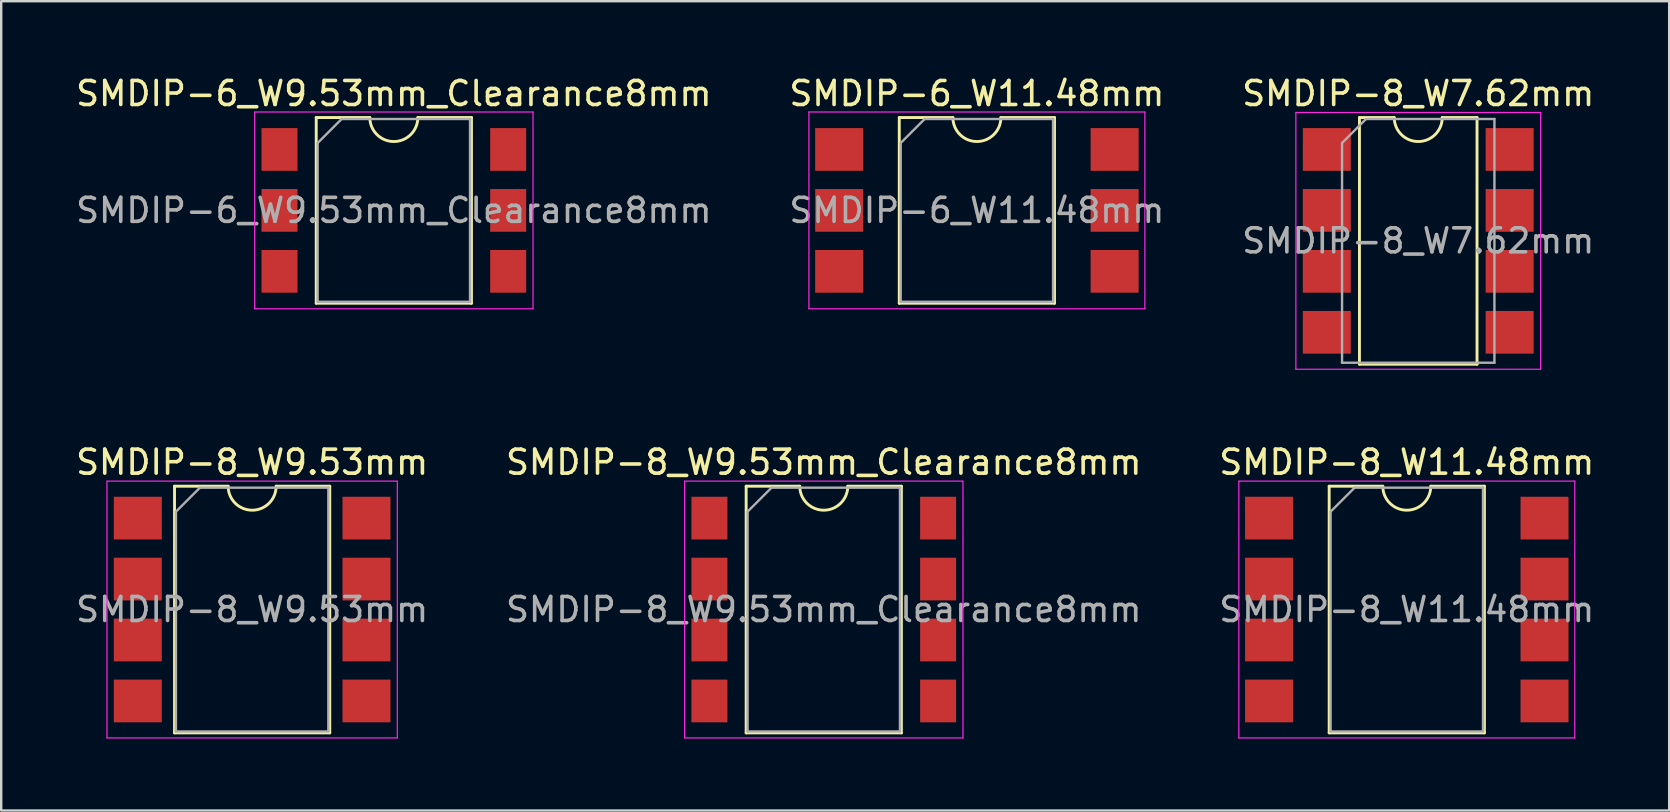
<source format=kicad_pcb>
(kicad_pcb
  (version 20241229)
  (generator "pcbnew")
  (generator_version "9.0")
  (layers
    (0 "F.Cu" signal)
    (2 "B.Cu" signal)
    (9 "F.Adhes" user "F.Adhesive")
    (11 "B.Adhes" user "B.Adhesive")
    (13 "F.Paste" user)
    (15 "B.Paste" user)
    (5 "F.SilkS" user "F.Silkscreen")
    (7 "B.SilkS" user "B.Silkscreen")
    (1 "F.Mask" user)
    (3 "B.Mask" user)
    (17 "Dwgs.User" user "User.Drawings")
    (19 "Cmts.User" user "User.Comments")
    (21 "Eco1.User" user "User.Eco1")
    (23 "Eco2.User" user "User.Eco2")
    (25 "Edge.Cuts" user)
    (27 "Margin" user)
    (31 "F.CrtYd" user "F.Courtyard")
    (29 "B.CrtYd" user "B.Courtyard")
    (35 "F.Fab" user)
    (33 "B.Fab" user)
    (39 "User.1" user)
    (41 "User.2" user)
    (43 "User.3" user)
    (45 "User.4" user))
  (footprint "SMDIP-6_W9.53mm_Clearance8mm"
    (layer "F.Cu")
    (at 13.363 5.718)
    (property "Reference" "SMDIP-6_W9.53mm_Clearance8mm" (at 0 -4.87 0) (layer "F.SilkS") (effects (font (size 1 1) (thickness 0.15))))
    (attr smd)
    (fp_line (start -3.235 -3.87) (end -3.235 3.87) (stroke (width 0.12) (type solid)) (layer "F.SilkS"))
    (fp_line (start -3.235 3.87) (end 3.235 3.87) (stroke (width 0.12) (type solid)) (layer "F.SilkS"))
    (fp_line (start -1 -3.87) (end -3.235 -3.87) (stroke (width 0.12) (type solid)) (layer "F.SilkS"))
    (fp_line (start 3.235 -3.87) (end 1 -3.87) (stroke (width 0.12) (type solid)) (layer "F.SilkS"))
    (fp_line (start 3.235 3.87) (end 3.235 -3.87) (stroke (width 0.12) (type solid)) (layer "F.SilkS"))
    (fp_arc (start 1 -3.87) (mid 0 -2.87) (end -1 -3.87) (stroke (width 0.12) (type solid)) (layer "F.SilkS"))
    (fp_line (start -5.8 -4.1) (end -5.8 4.1) (stroke (width 0.05) (type solid)) (layer "F.CrtYd"))
    (fp_line (start -5.8 4.1) (end 5.8 4.1) (stroke (width 0.05) (type solid)) (layer "F.CrtYd"))
    (fp_line (start 5.8 -4.1) (end -5.8 -4.1) (stroke (width 0.05) (type solid)) (layer "F.CrtYd"))
    (fp_line (start 5.8 4.1) (end 5.8 -4.1) (stroke (width 0.05) (type solid)) (layer "F.CrtYd"))
    (fp_line (start -3.175 -2.81) (end -2.175 -3.81) (stroke (width 0.1) (type solid)) (layer "F.Fab"))
    (fp_line (start -3.175 3.81) (end -3.175 -2.81) (stroke (width 0.1) (type solid)) (layer "F.Fab"))
    (fp_line (start -2.175 -3.81) (end 3.175 -3.81) (stroke (width 0.1) (type solid)) (layer "F.Fab"))
    (fp_line (start 3.175 -3.81) (end 3.175 3.81) (stroke (width 0.1) (type solid)) (layer "F.Fab"))
    (fp_line (start 3.175 3.81) (end -3.175 3.81) (stroke (width 0.1) (type solid)) (layer "F.Fab"))
    (fp_text user "${REFERENCE}" (at 0 0 0) (layer "F.Fab") (effects (font (size 1 1) (thickness 0.15))))
    (pad "1" smd rect (at -4.765 -2.54) (size 1.5 1.78) (layers "F.Cu" "F.Mask" "F.Paste"))
    (pad "2" smd rect (at -4.765 0) (size 1.5 1.78) (layers "F.Cu" "F.Mask" "F.Paste"))
    (pad "3" smd rect (at -4.765 2.54) (size 1.5 1.78) (layers "F.Cu" "F.Mask" "F.Paste"))
    (pad "4" smd rect (at 4.765 2.54) (size 1.5 1.78) (layers "F.Cu" "F.Mask" "F.Paste"))
    (pad "5" smd rect (at 4.765 0) (size 1.5 1.78) (layers "F.Cu" "F.Mask" "F.Paste"))
    (pad "6" smd rect (at 4.765 -2.54) (size 1.5 1.78) (layers "F.Cu" "F.Mask" "F.Paste")))
  (footprint "SMDIP-8_W7.62mm"
    (layer "F.Cu")
    (at 56.054 6.988)
    (property "Reference" "SMDIP-8_W7.62mm" (at 0 -6.14 0) (layer "F.SilkS") (effects (font (size 1 1) (thickness 0.15))))
    (attr smd)
    (fp_line (start -2.45 -5.14) (end -2.45 5.14) (stroke (width 0.12) (type solid)) (layer "F.SilkS"))
    (fp_line (start -2.45 5.14) (end 2.45 5.14) (stroke (width 0.12) (type solid)) (layer "F.SilkS"))
    (fp_line (start -1 -5.14) (end -2.45 -5.14) (stroke (width 0.12) (type solid)) (layer "F.SilkS"))
    (fp_line (start 2.45 -5.14) (end 1 -5.14) (stroke (width 0.12) (type solid)) (layer "F.SilkS"))
    (fp_line (start 2.45 5.14) (end 2.45 -5.14) (stroke (width 0.12) (type solid)) (layer "F.SilkS"))
    (fp_arc (start 1 -5.14) (mid 0 -4.14) (end -1 -5.14) (stroke (width 0.12) (type solid)) (layer "F.SilkS"))
    (fp_line (start -5.1 -5.35) (end -5.1 5.35) (stroke (width 0.05) (type solid)) (layer "F.CrtYd"))
    (fp_line (start -5.1 5.35) (end 5.1 5.35) (stroke (width 0.05) (type solid)) (layer "F.CrtYd"))
    (fp_line (start 5.1 -5.35) (end -5.1 -5.35) (stroke (width 0.05) (type solid)) (layer "F.CrtYd"))
    (fp_line (start 5.1 5.35) (end 5.1 -5.35) (stroke (width 0.05) (type solid)) (layer "F.CrtYd"))
    (fp_line (start -3.175 -4.08) (end -2.175 -5.08) (stroke (width 0.1) (type solid)) (layer "F.Fab"))
    (fp_line (start -3.175 5.08) (end -3.175 -4.08) (stroke (width 0.1) (type solid)) (layer "F.Fab"))
    (fp_line (start -2.175 -5.08) (end 3.175 -5.08) (stroke (width 0.1) (type solid)) (layer "F.Fab"))
    (fp_line (start 3.175 -5.08) (end 3.175 5.08) (stroke (width 0.1) (type solid)) (layer "F.Fab"))
    (fp_line (start 3.175 5.08) (end -3.175 5.08) (stroke (width 0.1) (type solid)) (layer "F.Fab"))
    (fp_text user "${REFERENCE}" (at 0 0 0) (layer "F.Fab") (effects (font (size 1 1) (thickness 0.15))))
    (pad "1" smd rect (at -3.81 -3.81) (size 2 1.78) (layers "F.Cu" "F.Mask" "F.Paste"))
    (pad "2" smd rect (at -3.81 -1.27) (size 2 1.78) (layers "F.Cu" "F.Mask" "F.Paste"))
    (pad "3" smd rect (at -3.81 1.27) (size 2 1.78) (layers "F.Cu" "F.Mask" "F.Paste"))
    (pad "4" smd rect (at -3.81 3.81) (size 2 1.78) (layers "F.Cu" "F.Mask" "F.Paste"))
    (pad "5" smd rect (at 3.81 3.81) (size 2 1.78) (layers "F.Cu" "F.Mask" "F.Paste"))
    (pad "6" smd rect (at 3.81 1.27) (size 2 1.78) (layers "F.Cu" "F.Mask" "F.Paste"))
    (pad "7" smd rect (at 3.81 -1.27) (size 2 1.78) (layers "F.Cu" "F.Mask" "F.Paste"))
    (pad "8" smd rect (at 3.81 -3.81) (size 2 1.78) (layers "F.Cu" "F.Mask" "F.Paste")))
  (footprint "SMDIP-6_W11.48mm"
    (layer "F.Cu")
    (at 37.661 5.718)
    (property "Reference" "SMDIP-6_W11.48mm" (at 0 -4.87 0) (layer "F.SilkS") (effects (font (size 1 1) (thickness 0.15))))
    (attr smd)
    (fp_line (start -3.235 -3.87) (end -3.235 3.87) (stroke (width 0.12) (type solid)) (layer "F.SilkS"))
    (fp_line (start -3.235 3.87) (end 3.235 3.87) (stroke (width 0.12) (type solid)) (layer "F.SilkS"))
    (fp_line (start -1 -3.87) (end -3.235 -3.87) (stroke (width 0.12) (type solid)) (layer "F.SilkS"))
    (fp_line (start 3.235 -3.87) (end 1 -3.87) (stroke (width 0.12) (type solid)) (layer "F.SilkS"))
    (fp_line (start 3.235 3.87) (end 3.235 -3.87) (stroke (width 0.12) (type solid)) (layer "F.SilkS"))
    (fp_arc (start 1 -3.87) (mid 0 -2.87) (end -1 -3.87) (stroke (width 0.12) (type solid)) (layer "F.SilkS"))
    (fp_line (start -7 -4.1) (end -7 4.1) (stroke (width 0.05) (type solid)) (layer "F.CrtYd"))
    (fp_line (start -7 4.1) (end 7 4.1) (stroke (width 0.05) (type solid)) (layer "F.CrtYd"))
    (fp_line (start 7 -4.1) (end -7 -4.1) (stroke (width 0.05) (type solid)) (layer "F.CrtYd"))
    (fp_line (start 7 4.1) (end 7 -4.1) (stroke (width 0.05) (type solid)) (layer "F.CrtYd"))
    (fp_line (start -3.175 -2.81) (end -2.175 -3.81) (stroke (width 0.1) (type solid)) (layer "F.Fab"))
    (fp_line (start -3.175 3.81) (end -3.175 -2.81) (stroke (width 0.1) (type solid)) (layer "F.Fab"))
    (fp_line (start -2.175 -3.81) (end 3.175 -3.81) (stroke (width 0.1) (type solid)) (layer "F.Fab"))
    (fp_line (start 3.175 -3.81) (end 3.175 3.81) (stroke (width 0.1) (type solid)) (layer "F.Fab"))
    (fp_line (start 3.175 3.81) (end -3.175 3.81) (stroke (width 0.1) (type solid)) (layer "F.Fab"))
    (fp_text user "${REFERENCE}" (at 0 0 0) (layer "F.Fab") (effects (font (size 1 1) (thickness 0.15))))
    (pad "1" smd rect (at -5.74 -2.54) (size 2 1.78) (layers "F.Cu" "F.Mask" "F.Paste"))
    (pad "2" smd rect (at -5.74 0) (size 2 1.78) (layers "F.Cu" "F.Mask" "F.Paste"))
    (pad "3" smd rect (at -5.74 2.54) (size 2 1.78) (layers "F.Cu" "F.Mask" "F.Paste"))
    (pad "4" smd rect (at 5.74 2.54) (size 2 1.78) (layers "F.Cu" "F.Mask" "F.Paste"))
    (pad "5" smd rect (at 5.74 0) (size 2 1.78) (layers "F.Cu" "F.Mask" "F.Paste"))
    (pad "6" smd rect (at 5.74 -2.54) (size 2 1.78) (layers "F.Cu" "F.Mask" "F.Paste")))
  (footprint "SMDIP-8_W9.53mm"
    (layer "F.Cu")
    (at 7.458 22.352)
    (property "Reference" "SMDIP-8_W9.53mm" (at 0 -6.14 0) (layer "F.SilkS") (effects (font (size 1 1) (thickness 0.15))))
    (attr smd)
    (fp_line (start -3.235 -5.14) (end -3.235 5.14) (stroke (width 0.12) (type solid)) (layer "F.SilkS"))
    (fp_line (start -3.235 5.14) (end 3.235 5.14) (stroke (width 0.12) (type solid)) (layer "F.SilkS"))
    (fp_line (start -1 -5.14) (end -3.235 -5.14) (stroke (width 0.12) (type solid)) (layer "F.SilkS"))
    (fp_line (start 3.235 -5.14) (end 1 -5.14) (stroke (width 0.12) (type solid)) (layer "F.SilkS"))
    (fp_line (start 3.235 5.14) (end 3.235 -5.14) (stroke (width 0.12) (type solid)) (layer "F.SilkS"))
    (fp_arc (start 1 -5.14) (mid 0 -4.14) (end -1 -5.14) (stroke (width 0.12) (type solid)) (layer "F.SilkS"))
    (fp_line (start -6.05 -5.35) (end -6.05 5.35) (stroke (width 0.05) (type solid)) (layer "F.CrtYd"))
    (fp_line (start -6.05 5.35) (end 6.05 5.35) (stroke (width 0.05) (type solid)) (layer "F.CrtYd"))
    (fp_line (start 6.05 -5.35) (end -6.05 -5.35) (stroke (width 0.05) (type solid)) (layer "F.CrtYd"))
    (fp_line (start 6.05 5.35) (end 6.05 -5.35) (stroke (width 0.05) (type solid)) (layer "F.CrtYd"))
    (fp_line (start -3.175 -4.08) (end -2.175 -5.08) (stroke (width 0.1) (type solid)) (layer "F.Fab"))
    (fp_line (start -3.175 5.08) (end -3.175 -4.08) (stroke (width 0.1) (type solid)) (layer "F.Fab"))
    (fp_line (start -2.175 -5.08) (end 3.175 -5.08) (stroke (width 0.1) (type solid)) (layer "F.Fab"))
    (fp_line (start 3.175 -5.08) (end 3.175 5.08) (stroke (width 0.1) (type solid)) (layer "F.Fab"))
    (fp_line (start 3.175 5.08) (end -3.175 5.08) (stroke (width 0.1) (type solid)) (layer "F.Fab"))
    (fp_text user "${REFERENCE}" (at 0 0 0) (layer "F.Fab") (effects (font (size 1 1) (thickness 0.15))))
    (pad "1" smd rect (at -4.765 -3.81) (size 2 1.78) (layers "F.Cu" "F.Mask" "F.Paste"))
    (pad "2" smd rect (at -4.765 -1.27) (size 2 1.78) (layers "F.Cu" "F.Mask" "F.Paste"))
    (pad "3" smd rect (at -4.765 1.27) (size 2 1.78) (layers "F.Cu" "F.Mask" "F.Paste"))
    (pad "4" smd rect (at -4.765 3.81) (size 2 1.78) (layers "F.Cu" "F.Mask" "F.Paste"))
    (pad "5" smd rect (at 4.765 3.81) (size 2 1.78) (layers "F.Cu" "F.Mask" "F.Paste"))
    (pad "6" smd rect (at 4.765 1.27) (size 2 1.78) (layers "F.Cu" "F.Mask" "F.Paste"))
    (pad "7" smd rect (at 4.765 -1.27) (size 2 1.78) (layers "F.Cu" "F.Mask" "F.Paste"))
    (pad "8" smd rect (at 4.765 -3.81) (size 2 1.78) (layers "F.Cu" "F.Mask" "F.Paste")))
  (footprint "SMDIP-8_W9.53mm_Clearance8mm"
    (layer "F.Cu")
    (at 31.28 22.352)
    (property "Reference" "SMDIP-8_W9.53mm_Clearance8mm" (at 0 -6.14 0) (layer "F.SilkS") (effects (font (size 1 1) (thickness 0.15))))
    (attr smd)
    (fp_line (start -3.235 -5.14) (end -3.235 5.14) (stroke (width 0.12) (type solid)) (layer "F.SilkS"))
    (fp_line (start -3.235 5.14) (end 3.235 5.14) (stroke (width 0.12) (type solid)) (layer "F.SilkS"))
    (fp_line (start -1 -5.14) (end -3.235 -5.14) (stroke (width 0.12) (type solid)) (layer "F.SilkS"))
    (fp_line (start 3.235 -5.14) (end 1 -5.14) (stroke (width 0.12) (type solid)) (layer "F.SilkS"))
    (fp_line (start 3.235 5.14) (end 3.235 -5.14) (stroke (width 0.12) (type solid)) (layer "F.SilkS"))
    (fp_arc (start 1 -5.14) (mid 0 -4.14) (end -1 -5.14) (stroke (width 0.12) (type solid)) (layer "F.SilkS"))
    (fp_line (start -5.8 -5.35) (end -5.8 5.35) (stroke (width 0.05) (type solid)) (layer "F.CrtYd"))
    (fp_line (start -5.8 5.35) (end 5.8 5.35) (stroke (width 0.05) (type solid)) (layer "F.CrtYd"))
    (fp_line (start 5.8 -5.35) (end -5.8 -5.35) (stroke (width 0.05) (type solid)) (layer "F.CrtYd"))
    (fp_line (start 5.8 5.35) (end 5.8 -5.35) (stroke (width 0.05) (type solid)) (layer "F.CrtYd"))
    (fp_line (start -3.175 -4.08) (end -2.175 -5.08) (stroke (width 0.1) (type solid)) (layer "F.Fab"))
    (fp_line (start -3.175 5.08) (end -3.175 -4.08) (stroke (width 0.1) (type solid)) (layer "F.Fab"))
    (fp_line (start -2.175 -5.08) (end 3.175 -5.08) (stroke (width 0.1) (type solid)) (layer "F.Fab"))
    (fp_line (start 3.175 -5.08) (end 3.175 5.08) (stroke (width 0.1) (type solid)) (layer "F.Fab"))
    (fp_line (start 3.175 5.08) (end -3.175 5.08) (stroke (width 0.1) (type solid)) (layer "F.Fab"))
    (fp_text user "${REFERENCE}" (at 0 0 0) (layer "F.Fab") (effects (font (size 1 1) (thickness 0.15))))
    (pad "1" smd rect (at -4.765 -3.81) (size 1.5 1.78) (layers "F.Cu" "F.Mask" "F.Paste"))
    (pad "2" smd rect (at -4.765 -1.27) (size 1.5 1.78) (layers "F.Cu" "F.Mask" "F.Paste"))
    (pad "3" smd rect (at -4.765 1.27) (size 1.5 1.78) (layers "F.Cu" "F.Mask" "F.Paste"))
    (pad "4" smd rect (at -4.765 3.81) (size 1.5 1.78) (layers "F.Cu" "F.Mask" "F.Paste"))
    (pad "5" smd rect (at 4.765 3.81) (size 1.5 1.78) (layers "F.Cu" "F.Mask" "F.Paste"))
    (pad "6" smd rect (at 4.765 1.27) (size 1.5 1.78) (layers "F.Cu" "F.Mask" "F.Paste"))
    (pad "7" smd rect (at 4.765 -1.27) (size 1.5 1.78) (layers "F.Cu" "F.Mask" "F.Paste"))
    (pad "8" smd rect (at 4.765 -3.81) (size 1.5 1.78) (layers "F.Cu" "F.Mask" "F.Paste")))
  (footprint "SMDIP-8_W11.48mm"
    (layer "F.Cu")
    (at 55.577 22.352)
    (property "Reference" "SMDIP-8_W11.48mm" (at 0 -6.14 0) (layer "F.SilkS") (effects (font (size 1 1) (thickness 0.15))))
    (attr smd)
    (fp_line (start -3.235 -5.14) (end -3.235 5.14) (stroke (width 0.12) (type solid)) (layer "F.SilkS"))
    (fp_line (start -3.235 5.14) (end 3.235 5.14) (stroke (width 0.12) (type solid)) (layer "F.SilkS"))
    (fp_line (start -1 -5.14) (end -3.235 -5.14) (stroke (width 0.12) (type solid)) (layer "F.SilkS"))
    (fp_line (start 3.235 -5.14) (end 1 -5.14) (stroke (width 0.12) (type solid)) (layer "F.SilkS"))
    (fp_line (start 3.235 5.14) (end 3.235 -5.14) (stroke (width 0.12) (type solid)) (layer "F.SilkS"))
    (fp_arc (start 1 -5.14) (mid 0 -4.14) (end -1 -5.14) (stroke (width 0.12) (type solid)) (layer "F.SilkS"))
    (fp_line (start -7 -5.35) (end -7 5.35) (stroke (width 0.05) (type solid)) (layer "F.CrtYd"))
    (fp_line (start -7 5.35) (end 7 5.35) (stroke (width 0.05) (type solid)) (layer "F.CrtYd"))
    (fp_line (start 7 -5.35) (end -7 -5.35) (stroke (width 0.05) (type solid)) (layer "F.CrtYd"))
    (fp_line (start 7 5.35) (end 7 -5.35) (stroke (width 0.05) (type solid)) (layer "F.CrtYd"))
    (fp_line (start -3.175 -4.08) (end -2.175 -5.08) (stroke (width 0.1) (type solid)) (layer "F.Fab"))
    (fp_line (start -3.175 5.08) (end -3.175 -4.08) (stroke (width 0.1) (type solid)) (layer "F.Fab"))
    (fp_line (start -2.175 -5.08) (end 3.175 -5.08) (stroke (width 0.1) (type solid)) (layer "F.Fab"))
    (fp_line (start 3.175 -5.08) (end 3.175 5.08) (stroke (width 0.1) (type solid)) (layer "F.Fab"))
    (fp_line (start 3.175 5.08) (end -3.175 5.08) (stroke (width 0.1) (type solid)) (layer "F.Fab"))
    (fp_text user "${REFERENCE}" (at 0 0 0) (layer "F.Fab") (effects (font (size 1 1) (thickness 0.15))))
    (pad "1" smd rect (at -5.74 -3.81) (size 2 1.78) (layers "F.Cu" "F.Mask" "F.Paste"))
    (pad "2" smd rect (at -5.74 -1.27) (size 2 1.78) (layers "F.Cu" "F.Mask" "F.Paste"))
    (pad "3" smd rect (at -5.74 1.27) (size 2 1.78) (layers "F.Cu" "F.Mask" "F.Paste"))
    (pad "4" smd rect (at -5.74 3.81) (size 2 1.78) (layers "F.Cu" "F.Mask" "F.Paste"))
    (pad "5" smd rect (at 5.74 3.81) (size 2 1.78) (layers "F.Cu" "F.Mask" "F.Paste"))
    (pad "6" smd rect (at 5.74 1.27) (size 2 1.78) (layers "F.Cu" "F.Mask" "F.Paste"))
    (pad "7" smd rect (at 5.74 -1.27) (size 2 1.78) (layers "F.Cu" "F.Mask" "F.Paste"))
    (pad "8" smd rect (at 5.74 -3.81) (size 2 1.78) (layers "F.Cu" "F.Mask" "F.Paste")))
  (gr_rect
    (start -3 -3)
    (end 66.512 30.727)
    (stroke (width 0.1) (type default))
    (fill no)
    (layer "Edge.Cuts")))
</source>
